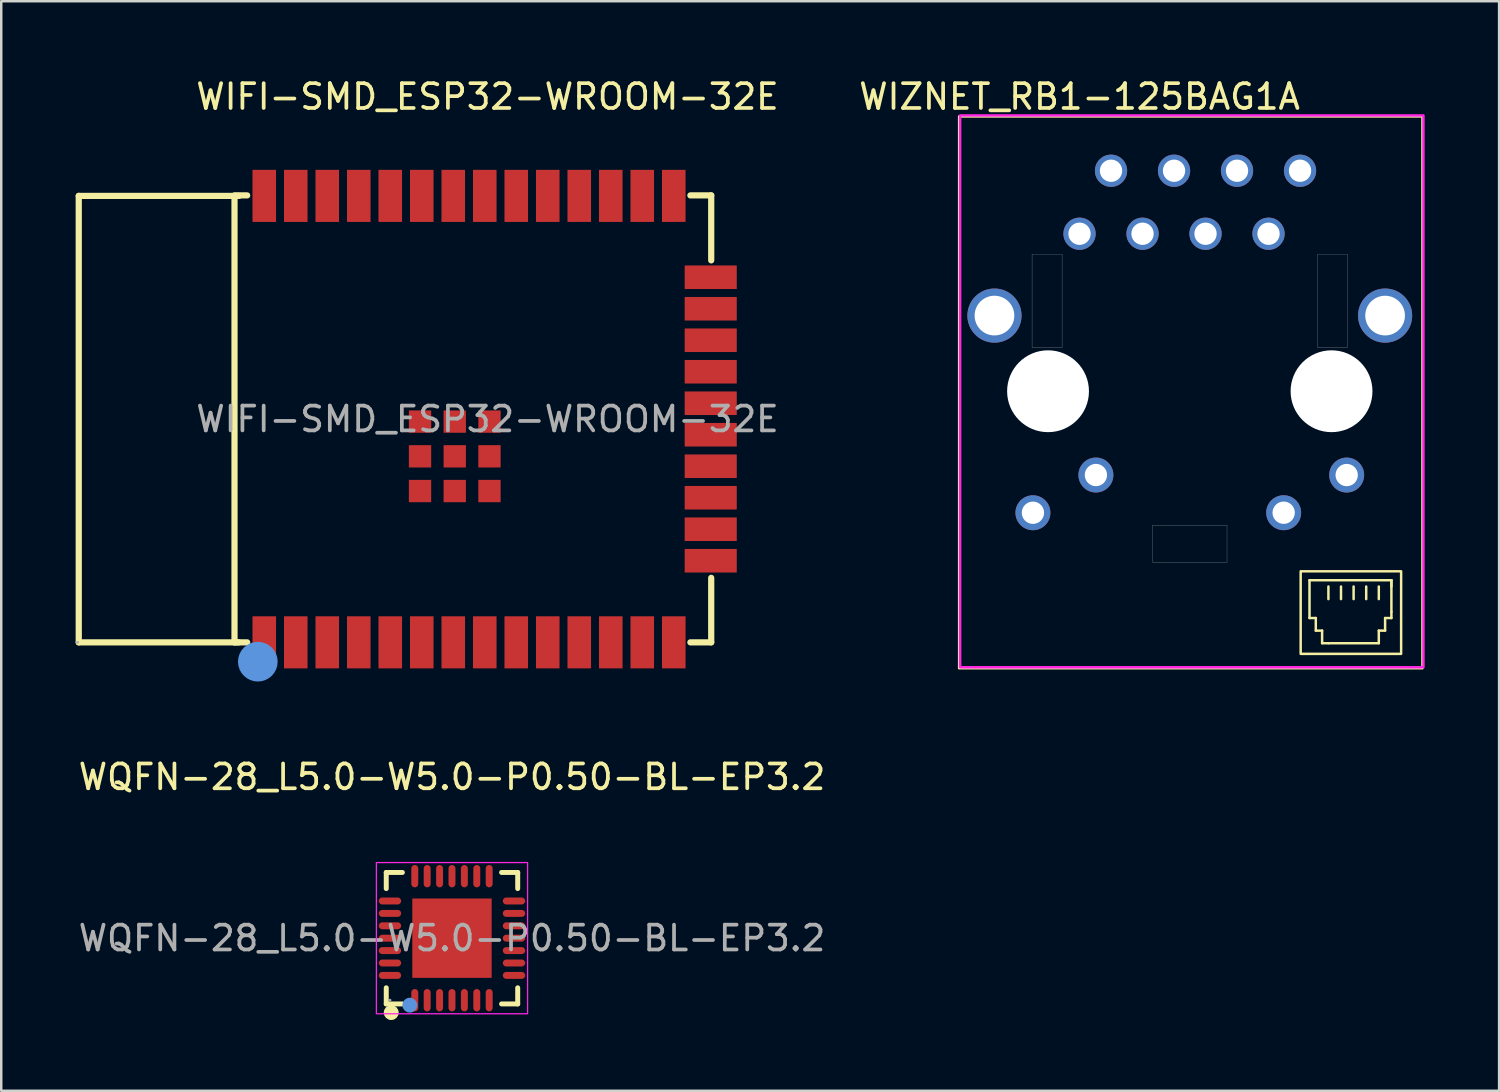
<source format=kicad_pcb>
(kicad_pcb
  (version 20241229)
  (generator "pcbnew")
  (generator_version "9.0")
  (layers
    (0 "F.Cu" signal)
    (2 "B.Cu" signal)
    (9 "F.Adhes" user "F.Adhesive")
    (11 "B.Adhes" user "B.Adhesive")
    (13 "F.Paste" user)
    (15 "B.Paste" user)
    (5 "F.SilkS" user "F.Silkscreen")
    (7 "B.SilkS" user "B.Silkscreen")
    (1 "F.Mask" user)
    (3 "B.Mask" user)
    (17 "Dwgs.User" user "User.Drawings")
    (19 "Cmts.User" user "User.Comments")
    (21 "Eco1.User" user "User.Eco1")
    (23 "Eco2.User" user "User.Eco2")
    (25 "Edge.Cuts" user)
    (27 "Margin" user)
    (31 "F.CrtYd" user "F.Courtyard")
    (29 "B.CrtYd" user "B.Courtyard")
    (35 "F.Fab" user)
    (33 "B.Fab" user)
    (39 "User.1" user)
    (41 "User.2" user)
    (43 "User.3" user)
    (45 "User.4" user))
  (footprint "WQFN-28_L5.0-W5.0-P0.50-BL-EP3.2"
    (layer "F.Cu")
    (at 15.173 34.776)
    (property "Reference" "WQFN-28_L5.0-W5.0-P0.50-BL-EP3.2" (at 0 -6.5 0) (layer "F.SilkS") (effects (font (size 1 1) (thickness 0.15))))
    (attr smd)
    (fp_line (start -2.65 -2.65) (end -2.65 -2) (stroke (width 0.2) (type solid)) (layer "F.SilkS"))
    (fp_line (start -2.65 2.65) (end -2.65 2) (stroke (width 0.2) (type solid)) (layer "F.SilkS"))
    (fp_line (start -2 -2.65) (end -2.65 -2.65) (stroke (width 0.2) (type solid)) (layer "F.SilkS"))
    (fp_line (start -2 2.65) (end -2.65 2.65) (stroke (width 0.2) (type solid)) (layer "F.SilkS"))
    (fp_line (start 2 2.65) (end 2.65 2.65) (stroke (width 0.2) (type solid)) (layer "F.SilkS"))
    (fp_line (start 2.65 -2.65) (end 2 -2.65) (stroke (width 0.2) (type solid)) (layer "F.SilkS"))
    (fp_line (start 2.65 -2) (end 2.65 -2.65) (stroke (width 0.2) (type solid)) (layer "F.SilkS"))
    (fp_line (start 2.65 2.65) (end 2.65 2) (stroke (width 0.2) (type solid)) (layer "F.SilkS"))
    (fp_arc (start -2.45 3) (mid -2.45 3) (end -2.45 3) (stroke (width 0.3) (type solid)) (layer "F.SilkS"))
    (fp_circle (center -1.7 2.7) (end -1.55 2.7) (stroke (width 0.3) (type solid)) (fill no) (layer "Cmts.User"))
    (fp_rect (start -3.048 -3.048) (end 3.048 3.048) (stroke (width 0.05) (type default)) (fill no) (layer "F.CrtYd"))
    (fp_circle (center -2.5 2.5) (end -2.47 2.5) (stroke (width 0.06) (type solid)) (fill no) (layer "F.Fab"))
    (fp_text user "${REFERENCE}" (at 0 0 0) (layer "F.Fab") (effects (font (size 1 1) (thickness 0.15))))
    (pad "1" smd oval (at -1.5 2.5 180) (size 0.28 0.9) (layers "F.Cu" "F.Mask" "F.Paste"))
    (pad "2" smd oval (at -1 2.5 180) (size 0.28 0.9) (layers "F.Cu" "F.Mask" "F.Paste"))
    (pad "3" smd oval (at -0.5 2.5 180) (size 0.28 0.9) (layers "F.Cu" "F.Mask" "F.Paste"))
    (pad "4" smd oval (at 0 2.5 180) (size 0.28 0.9) (layers "F.Cu" "F.Mask" "F.Paste"))
    (pad "5" smd oval (at 0.5 2.5 180) (size 0.28 0.9) (layers "F.Cu" "F.Mask" "F.Paste"))
    (pad "6" smd oval (at 1 2.5 180) (size 0.28 0.9) (layers "F.Cu" "F.Mask" "F.Paste"))
    (pad "7" smd oval (at 1.5 2.5 180) (size 0.28 0.9) (layers "F.Cu" "F.Mask" "F.Paste"))
    (pad "8" smd oval (at 2.5 1.5 90) (size 0.28 0.9) (layers "F.Cu" "F.Mask" "F.Paste"))
    (pad "9" smd oval (at 2.5 1 90) (size 0.28 0.9) (layers "F.Cu" "F.Mask" "F.Paste"))
    (pad "10" smd oval (at 2.5 0.5 90) (size 0.28 0.9) (layers "F.Cu" "F.Mask" "F.Paste"))
    (pad "11" smd oval (at 2.5 0 90) (size 0.28 0.9) (layers "F.Cu" "F.Mask" "F.Paste"))
    (pad "12" smd oval (at 2.5 -0.5 90) (size 0.28 0.9) (layers "F.Cu" "F.Mask" "F.Paste"))
    (pad "13" smd oval (at 2.5 -1 90) (size 0.28 0.9) (layers "F.Cu" "F.Mask" "F.Paste"))
    (pad "14" smd oval (at 2.5 -1.5 90) (size 0.28 0.9) (layers "F.Cu" "F.Mask" "F.Paste"))
    (pad "15" smd oval (at 1.5 -2.5 180) (size 0.28 0.9) (layers "F.Cu" "F.Mask" "F.Paste"))
    (pad "16" smd oval (at 1 -2.5 180) (size 0.28 0.9) (layers "F.Cu" "F.Mask" "F.Paste"))
    (pad "17" smd oval (at 0.5 -2.5 180) (size 0.28 0.9) (layers "F.Cu" "F.Mask" "F.Paste"))
    (pad "18" smd oval (at 0 -2.5 180) (size 0.28 0.9) (layers "F.Cu" "F.Mask" "F.Paste"))
    (pad "19" smd oval (at -0.5 -2.5 180) (size 0.28 0.9) (layers "F.Cu" "F.Mask" "F.Paste"))
    (pad "20" smd oval (at -1 -2.5 180) (size 0.28 0.9) (layers "F.Cu" "F.Mask" "F.Paste"))
    (pad "21" smd oval (at -1.5 -2.5 180) (size 0.28 0.9) (layers "F.Cu" "F.Mask" "F.Paste"))
    (pad "22" smd oval (at -2.5 -1.5 90) (size 0.28 0.9) (layers "F.Cu" "F.Mask" "F.Paste"))
    (pad "23" smd oval (at -2.5 -1 90) (size 0.28 0.9) (layers "F.Cu" "F.Mask" "F.Paste"))
    (pad "24" smd oval (at -2.5 -0.5 90) (size 0.28 0.9) (layers "F.Cu" "F.Mask" "F.Paste"))
    (pad "25" smd oval (at -2.5 0 90) (size 0.28 0.9) (layers "F.Cu" "F.Mask" "F.Paste"))
    (pad "26" smd oval (at -2.5 0.5 90) (size 0.28 0.9) (layers "F.Cu" "F.Mask" "F.Paste"))
    (pad "27" smd oval (at -2.5 1 90) (size 0.28 0.9) (layers "F.Cu" "F.Mask" "F.Paste"))
    (pad "28" smd oval (at -2.5 1.5 90) (size 0.28 0.9) (layers "F.Cu" "F.Mask" "F.Paste"))
    (pad "29" smd rect (at 0 0 90) (size 3.2 3.2) (layers "F.Cu" "F.Mask" "F.Paste")))
  (footprint "WIZNET_RB1-125BAG1A"
    (layer "F.Cu")
    (at 44.921 12.723)
    (property "Reference" "WIZNET_RB1-125BAG1A" (at -4.446 -11.875 0) (layer "F.SilkS") (effects (font (size 1 1) (thickness 0.15))))
    (attr through_hole)
    (fp_line (start 4.826 7.62) (end 8.128 7.62) (stroke (width 0.1) (type default)) (layer "F.SilkS"))
    (fp_line (start 4.826 9.144) (end 4.826 7.62) (stroke (width 0.1) (type default)) (layer "F.SilkS"))
    (fp_line (start 5.08 9.144) (end 4.826 9.144) (stroke (width 0.1) (type default)) (layer "F.SilkS"))
    (fp_line (start 5.08 9.652) (end 5.08 9.144) (stroke (width 0.1) (type default)) (layer "F.SilkS"))
    (fp_line (start 5.334 9.652) (end 5.08 9.652) (stroke (width 0.1) (type default)) (layer "F.SilkS"))
    (fp_line (start 5.334 10.16) (end 5.334 9.652) (stroke (width 0.1) (type default)) (layer "F.SilkS"))
    (fp_line (start 5.588 7.874) (end 5.588 8.382) (stroke (width 0.1) (type default)) (layer "F.SilkS"))
    (fp_line (start 5.588 10.16) (end 5.334 10.16) (stroke (width 0.1) (type default)) (layer "F.SilkS"))
    (fp_line (start 6.096 7.874) (end 6.096 8.382) (stroke (width 0.1) (type default)) (layer "F.SilkS"))
    (fp_line (start 6.604 7.874) (end 6.604 8.382) (stroke (width 0.1) (type default)) (layer "F.SilkS"))
    (fp_line (start 7.112 7.874) (end 7.112 8.382) (stroke (width 0.1) (type default)) (layer "F.SilkS"))
    (fp_line (start 7.62 7.874) (end 7.62 8.382) (stroke (width 0.1) (type default)) (layer "F.SilkS"))
    (fp_line (start 7.62 9.652) (end 7.62 10.16) (stroke (width 0.1) (type default)) (layer "F.SilkS"))
    (fp_line (start 7.62 10.16) (end 5.588 10.16) (stroke (width 0.1) (type default)) (layer "F.SilkS"))
    (fp_line (start 7.874 9.144) (end 7.874 9.652) (stroke (width 0.1) (type default)) (layer "F.SilkS"))
    (fp_line (start 7.874 9.652) (end 7.62 9.652) (stroke (width 0.1) (type default)) (layer "F.SilkS"))
    (fp_line (start 8.128 7.62) (end 8.128 7.874) (stroke (width 0.1) (type default)) (layer "F.SilkS"))
    (fp_line (start 8.128 7.62) (end 8.128 8.89) (stroke (width 0.1) (type default)) (layer "F.SilkS"))
    (fp_line (start 8.128 8.89) (end 8.128 9.144) (stroke (width 0.1) (type default)) (layer "F.SilkS"))
    (fp_line (start 8.128 9.144) (end 7.874 9.144) (stroke (width 0.1) (type default)) (layer "F.SilkS"))
    (fp_rect (start -9.3 -11.08) (end 9.38 11.17) (stroke (width 0.1) (type default)) (fill no) (layer "F.SilkS"))
    (fp_rect (start 4.47 7.26) (end 8.52 10.59) (stroke (width 0.1) (type default)) (fill no) (layer "F.SilkS"))
    (fp_rect (start -9.26 -11.12) (end 9.42 11.13) (stroke (width 0.1) (type default)) (fill no) (layer "F.CrtYd"))
    (fp_poly (pts (xy -6.36 -5.528) (xy -5.15 -5.528) (xy -5.15 -1.756) (xy -6.36 -1.756)) (stroke (width 0.01) (type solid)) (fill no) (layer "F.Fab"))
    (fp_poly (pts (xy -1.5 5.4) (xy 1.5 5.4) (xy 1.5 6.9) (xy -1.5 6.9)) (stroke (width 0.01) (type solid)) (fill no) (layer "F.Fab"))
    (fp_poly (pts (xy 5.156 -5.528) (xy 6.348 -5.528) (xy 6.348 -1.756) (xy 5.156 -1.756)) (stroke (width 0.01) (type solid)) (fill no) (layer "F.Fab"))
    (pad "" np_thru_hole circle (at -5.716 0.001) (size 3.3 3.3) (drill 3.3) (layers "*.Cu" "*.Mask"))
    (pad "" np_thru_hole circle (at 5.714 0.001) (size 3.3 3.3) (drill 3.3) (layers "*.Cu" "*.Mask"))
    (pad "L1" thru_hole circle (at 6.325 3.38) (size 1.408 1.408) (drill 0.9) (layers "*.Cu" "*.Mask"))
    (pad "L2" thru_hole circle (at 3.784 4.899) (size 1.408 1.408) (drill 0.9) (layers "*.Cu" "*.Mask"))
    (pad "L3" thru_hole circle (at -3.786 3.379) (size 1.408 1.408) (drill 0.9) (layers "*.Cu" "*.Mask"))
    (pad "L4" thru_hole circle (at -6.325 4.9) (size 1.408 1.408) (drill 0.9) (layers "*.Cu" "*.Mask"))
    (pad "R1" thru_hole circle (at -4.446 -6.349) (size 1.3 1.3) (drill 0.9) (layers "*.Cu" "*.Mask"))
    (pad "R2" thru_hole circle (at -3.176 -8.889) (size 1.3 1.3) (drill 0.9) (layers "*.Cu" "*.Mask"))
    (pad "R3" thru_hole circle (at -1.906 -6.349) (size 1.3 1.3) (drill 0.9) (layers "*.Cu" "*.Mask"))
    (pad "R4" thru_hole circle (at -0.636 -8.889) (size 1.3 1.3) (drill 0.9) (layers "*.Cu" "*.Mask"))
    (pad "R5" thru_hole circle (at 0.634 -6.349) (size 1.3 1.3) (drill 0.9) (layers "*.Cu" "*.Mask"))
    (pad "R6" thru_hole circle (at 1.904 -8.889) (size 1.3 1.3) (drill 0.9) (layers "*.Cu" "*.Mask"))
    (pad "R7" thru_hole circle (at 3.174 -6.349) (size 1.3 1.3) (drill 0.9) (layers "*.Cu" "*.Mask"))
    (pad "R8" thru_hole circle (at 4.444 -8.889) (size 1.3 1.3) (drill 0.9) (layers "*.Cu" "*.Mask"))
    (pad "S1" thru_hole circle (at -7.876 -3.049) (size 2.184 2.184) (drill 1.6) (layers "*.Cu" "*.Mask"))
    (pad "S2" thru_hole circle (at 7.874 -3.049) (size 2.184 2.184) (drill 1.6) (layers "*.Cu" "*.Mask")))
  (footprint "WIFI-SMD_ESP32-WROOM-32E"
    (layer "F.Cu")
    (at 16.605 13.848)
    (property "Reference" "WIFI-SMD_ESP32-WROOM-32E" (at 0 -13 0) (layer "F.SilkS") (effects (font (size 1 1) (thickness 0.15))))
    (attr smd)
    (fp_line (start -16.48 -9) (end -16.48 9) (stroke (width 0.25) (type solid)) (layer "F.SilkS"))
    (fp_line (start -16.48 -9) (end -10.02 -9) (stroke (width 0.25) (type solid)) (layer "F.SilkS"))
    (fp_line (start -16.48 9) (end -10.03 9) (stroke (width 0.25) (type solid)) (layer "F.SilkS"))
    (fp_line (start -10.2 -9) (end -10.2 9) (stroke (width 0.25) (type solid)) (layer "F.SilkS"))
    (fp_line (start -10.2 9) (end -9.69 9) (stroke (width 0.25) (type solid)) (layer "F.SilkS"))
    (fp_line (start -9.69 -9.02) (end -10.2 -9.02) (stroke (width 0.25) (type solid)) (layer "F.SilkS"))
    (fp_line (start 8.18 9) (end 9.02 9) (stroke (width 0.25) (type solid)) (layer "F.SilkS"))
    (fp_line (start 9.02 -9.02) (end 8.18 -9.02) (stroke (width 0.25) (type solid)) (layer "F.SilkS"))
    (fp_line (start 9.02 -6.4) (end 9.02 -9.02) (stroke (width 0.25) (type solid)) (layer "F.SilkS"))
    (fp_line (start 9.02 9) (end 9.02 6.4) (stroke (width 0.25) (type solid)) (layer "F.SilkS"))
    (fp_circle (center -9.26 9.78) (end -8.86 9.78) (stroke (width 0.8) (type solid)) (fill no) (layer "Cmts.User"))
    (fp_circle (center -16.53 9) (end -16.5 9) (stroke (width 0.06) (type solid)) (fill no) (layer "F.Fab"))
    (fp_text user "${REFERENCE}" (at 0 0 0) (layer "F.Fab") (effects (font (size 1 1) (thickness 0.15))))
    (pad "1" smd rect (at -9 9) (size 0.95 2.1) (layers "F.Cu" "F.Mask" "F.Paste"))
    (pad "2" smd rect (at -7.73 9) (size 0.95 2.1) (layers "F.Cu" "F.Mask" "F.Paste"))
    (pad "3" smd rect (at -6.46 9) (size 0.95 2.1) (layers "F.Cu" "F.Mask" "F.Paste"))
    (pad "4" smd rect (at -5.19 9) (size 0.95 2.1) (layers "F.Cu" "F.Mask" "F.Paste"))
    (pad "5" smd rect (at -3.92 9) (size 0.95 2.1) (layers "F.Cu" "F.Mask" "F.Paste"))
    (pad "6" smd rect (at -2.65 9) (size 0.95 2.1) (layers "F.Cu" "F.Mask" "F.Paste"))
    (pad "7" smd rect (at -1.38 9) (size 0.95 2.1) (layers "F.Cu" "F.Mask" "F.Paste"))
    (pad "8" smd rect (at -0.11 9) (size 0.95 2.1) (layers "F.Cu" "F.Mask" "F.Paste"))
    (pad "9" smd rect (at 1.16 9) (size 0.95 2.1) (layers "F.Cu" "F.Mask" "F.Paste"))
    (pad "10" smd rect (at 2.43 9) (size 0.95 2.1) (layers "F.Cu" "F.Mask" "F.Paste"))
    (pad "11" smd rect (at 3.7 9) (size 0.95 2.1) (layers "F.Cu" "F.Mask" "F.Paste"))
    (pad "12" smd rect (at 4.97 9) (size 0.95 2.1) (layers "F.Cu" "F.Mask" "F.Paste"))
    (pad "13" smd rect (at 6.24 9) (size 0.95 2.1) (layers "F.Cu" "F.Mask" "F.Paste"))
    (pad "14" smd rect (at 7.51 9) (size 0.95 2.1) (layers "F.Cu" "F.Mask" "F.Paste"))
    (pad "15" smd rect (at 9 5.71) (size 2.1 0.95) (layers "F.Cu" "F.Mask" "F.Paste"))
    (pad "16" smd rect (at 9 4.44) (size 2.1 0.95) (layers "F.Cu" "F.Mask" "F.Paste"))
    (pad "17" smd rect (at 9 3.17) (size 2.1 0.95) (layers "F.Cu" "F.Mask" "F.Paste"))
    (pad "18" smd rect (at 9 1.9) (size 2.1 0.95) (layers "F.Cu" "F.Mask" "F.Paste"))
    (pad "19" smd rect (at 9 0.63) (size 2.1 0.95) (layers "F.Cu" "F.Mask" "F.Paste"))
    (pad "20" smd rect (at 9 -0.64) (size 2.1 0.95) (layers "F.Cu" "F.Mask" "F.Paste"))
    (pad "21" smd rect (at 9 -1.91) (size 2.1 0.95) (layers "F.Cu" "F.Mask" "F.Paste"))
    (pad "22" smd rect (at 9 -3.18) (size 2.1 0.95) (layers "F.Cu" "F.Mask" "F.Paste"))
    (pad "23" smd rect (at 9 -4.45) (size 2.1 0.95) (layers "F.Cu" "F.Mask" "F.Paste"))
    (pad "24" smd rect (at 9 -5.72) (size 2.1 0.95) (layers "F.Cu" "F.Mask" "F.Paste"))
    (pad "25" smd rect (at 7.51 -9) (size 0.95 2.1) (layers "F.Cu" "F.Mask" "F.Paste"))
    (pad "26" smd rect (at 6.24 -9) (size 0.95 2.1) (layers "F.Cu" "F.Mask" "F.Paste"))
    (pad "27" smd rect (at 4.97 -9) (size 0.95 2.1) (layers "F.Cu" "F.Mask" "F.Paste"))
    (pad "28" smd rect (at 3.7 -9) (size 0.95 2.1) (layers "F.Cu" "F.Mask" "F.Paste"))
    (pad "29" smd rect (at 2.43 -9) (size 0.95 2.1) (layers "F.Cu" "F.Mask" "F.Paste"))
    (pad "30" smd rect (at 1.16 -9) (size 0.95 2.1) (layers "F.Cu" "F.Mask" "F.Paste"))
    (pad "31" smd rect (at -0.11 -9) (size 0.95 2.1) (layers "F.Cu" "F.Mask" "F.Paste"))
    (pad "32" smd rect (at -1.38 -9) (size 0.95 2.1) (layers "F.Cu" "F.Mask" "F.Paste"))
    (pad "33" smd rect (at -2.65 -9) (size 0.95 2.1) (layers "F.Cu" "F.Mask" "F.Paste"))
    (pad "34" smd rect (at -3.92 -9) (size 0.95 2.1) (layers "F.Cu" "F.Mask" "F.Paste"))
    (pad "35" smd rect (at -5.19 -9) (size 0.95 2.1) (layers "F.Cu" "F.Mask" "F.Paste"))
    (pad "36" smd rect (at -6.46 -9) (size 0.95 2.1) (layers "F.Cu" "F.Mask" "F.Paste"))
    (pad "37" smd rect (at -7.73 -9) (size 0.95 2.1) (layers "F.Cu" "F.Mask" "F.Paste"))
    (pad "38" smd rect (at -9 -9) (size 0.95 2.1) (layers "F.Cu" "F.Mask" "F.Paste"))
    (pad "39" smd rect (at -2.72 0.1 180) (size 0.9 0.9) (layers "F.Cu" "F.Mask" "F.Paste"))
    (pad "39" smd rect (at -2.72 1.5 180) (size 0.9 0.9) (layers "F.Cu" "F.Mask" "F.Paste"))
    (pad "39" smd rect (at -2.72 2.9 180) (size 0.9 0.9) (layers "F.Cu" "F.Mask" "F.Paste"))
    (pad "39" smd rect (at -1.32 0.1 180) (size 0.9 0.9) (layers "F.Cu" "F.Mask" "F.Paste"))
    (pad "39" smd rect (at -1.32 1.5 180) (size 0.9 0.9) (layers "F.Cu" "F.Mask" "F.Paste"))
    (pad "39" smd rect (at -1.32 2.9 180) (size 0.9 0.9) (layers "F.Cu" "F.Mask" "F.Paste"))
    (pad "39" smd rect (at 0.08 0.1 180) (size 0.9 0.9) (layers "F.Cu" "F.Mask" "F.Paste"))
    (pad "39" smd rect (at 0.08 1.5 180) (size 0.9 0.9) (layers "F.Cu" "F.Mask" "F.Paste"))
    (pad "39" smd rect (at 0.08 2.9 180) (size 0.9 0.9) (layers "F.Cu" "F.Mask" "F.Paste")))
  (gr_rect
    (start -3 -3)
    (end 57.391 40.927)
    (stroke (width 0.1) (type default))
    (fill no)
    (layer "Edge.Cuts")))
</source>
